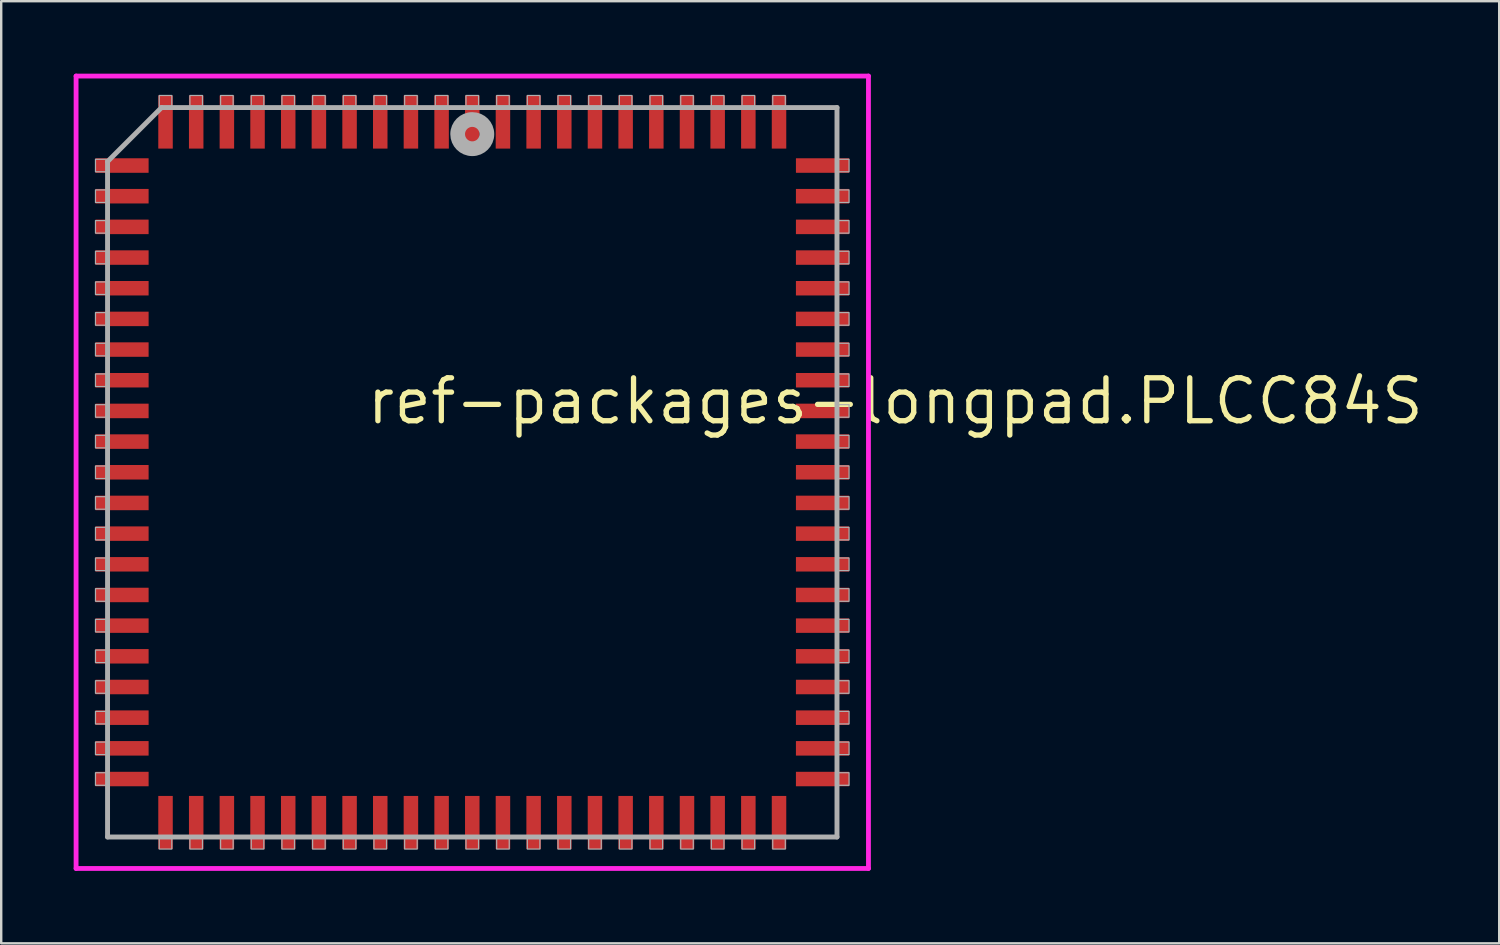
<source format=kicad_pcb>
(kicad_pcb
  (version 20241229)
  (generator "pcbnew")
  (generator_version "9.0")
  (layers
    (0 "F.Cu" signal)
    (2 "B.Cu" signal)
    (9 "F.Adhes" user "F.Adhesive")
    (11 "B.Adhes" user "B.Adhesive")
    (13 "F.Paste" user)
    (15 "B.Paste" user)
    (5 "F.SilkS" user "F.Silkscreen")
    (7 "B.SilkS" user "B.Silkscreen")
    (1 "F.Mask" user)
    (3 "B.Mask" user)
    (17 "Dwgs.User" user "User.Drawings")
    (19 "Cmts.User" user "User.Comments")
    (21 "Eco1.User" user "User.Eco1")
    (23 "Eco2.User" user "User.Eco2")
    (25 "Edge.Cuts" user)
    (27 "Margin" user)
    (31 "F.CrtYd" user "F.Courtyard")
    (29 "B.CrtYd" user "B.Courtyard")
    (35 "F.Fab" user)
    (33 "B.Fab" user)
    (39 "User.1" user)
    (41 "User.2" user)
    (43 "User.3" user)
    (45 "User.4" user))
  (footprint "ref-packages-longpad.PLCC84S"
    (layer "F.Cu")
    (at 16.503 16.503)
    (property "Reference" "ref-packages-longpad.PLCC84S" (at -4.475 -1.905 0) (layer "F.SilkS") (effects (font (size 1.778 1.778) (thickness 0.22)) (justify left bottom)))
    (attr smd)
    (fp_line (start -16.403 -16.403) (end 16.403 -16.403) (stroke (width 0.2) (type default)) (layer "F.CrtYd"))
    (fp_line (start -16.403 16.403) (end -16.403 -16.403) (stroke (width 0.2) (type default)) (layer "F.CrtYd"))
    (fp_line (start 16.403 -16.403) (end 16.403 16.403) (stroke (width 0.2) (type default)) (layer "F.CrtYd"))
    (fp_line (start 16.403 16.403) (end -16.403 16.403) (stroke (width 0.2) (type default)) (layer "F.CrtYd"))
    (fp_line (start -15.1 -12.865) (end -15.1 15.1) (stroke (width 0.203) (type default)) (layer "F.Fab"))
    (fp_line (start -15.1 15.1) (end 15.1 15.1) (stroke (width 0.203) (type default)) (layer "F.Fab"))
    (fp_line (start -12.865 -15.1) (end -15.1 -12.865) (stroke (width 0.203) (type default)) (layer "F.Fab"))
    (fp_line (start 15.1 -15.1) (end -12.865 -15.1) (stroke (width 0.203) (type default)) (layer "F.Fab"))
    (fp_line (start 15.1 15.1) (end 15.1 -15.1) (stroke (width 0.203) (type default)) (layer "F.Fab"))
    (fp_rect (start -15.6 -12.44) (end -15.15 -12.96) (stroke (width 0.05) (type default)) (fill no) (layer "F.Fab"))
    (fp_rect (start -15.6 -11.17) (end -15.15 -11.69) (stroke (width 0.05) (type default)) (fill no) (layer "F.Fab"))
    (fp_rect (start -15.6 -9.9) (end -15.15 -10.42) (stroke (width 0.05) (type default)) (fill no) (layer "F.Fab"))
    (fp_rect (start -15.6 -8.63) (end -15.15 -9.15) (stroke (width 0.05) (type default)) (fill no) (layer "F.Fab"))
    (fp_rect (start -15.6 -7.36) (end -15.15 -7.88) (stroke (width 0.05) (type default)) (fill no) (layer "F.Fab"))
    (fp_rect (start -15.6 -6.09) (end -15.15 -6.61) (stroke (width 0.05) (type default)) (fill no) (layer "F.Fab"))
    (fp_rect (start -15.6 -4.82) (end -15.15 -5.34) (stroke (width 0.05) (type default)) (fill no) (layer "F.Fab"))
    (fp_rect (start -15.6 -3.55) (end -15.15 -4.07) (stroke (width 0.05) (type default)) (fill no) (layer "F.Fab"))
    (fp_rect (start -15.6 -2.28) (end -15.15 -2.8) (stroke (width 0.05) (type default)) (fill no) (layer "F.Fab"))
    (fp_rect (start -15.6 -1.01) (end -15.15 -1.53) (stroke (width 0.05) (type default)) (fill no) (layer "F.Fab"))
    (fp_rect (start -15.6 0.26) (end -15.15 -0.26) (stroke (width 0.05) (type default)) (fill no) (layer "F.Fab"))
    (fp_rect (start -15.6 1.53) (end -15.15 1.01) (stroke (width 0.05) (type default)) (fill no) (layer "F.Fab"))
    (fp_rect (start -15.6 2.8) (end -15.15 2.28) (stroke (width 0.05) (type default)) (fill no) (layer "F.Fab"))
    (fp_rect (start -15.6 4.07) (end -15.15 3.55) (stroke (width 0.05) (type default)) (fill no) (layer "F.Fab"))
    (fp_rect (start -15.6 5.34) (end -15.15 4.82) (stroke (width 0.05) (type default)) (fill no) (layer "F.Fab"))
    (fp_rect (start -15.6 6.61) (end -15.15 6.09) (stroke (width 0.05) (type default)) (fill no) (layer "F.Fab"))
    (fp_rect (start -15.6 7.88) (end -15.15 7.36) (stroke (width 0.05) (type default)) (fill no) (layer "F.Fab"))
    (fp_rect (start -15.6 9.15) (end -15.15 8.63) (stroke (width 0.05) (type default)) (fill no) (layer "F.Fab"))
    (fp_rect (start -15.6 10.42) (end -15.15 9.9) (stroke (width 0.05) (type default)) (fill no) (layer "F.Fab"))
    (fp_rect (start -15.6 11.69) (end -15.15 11.17) (stroke (width 0.05) (type default)) (fill no) (layer "F.Fab"))
    (fp_rect (start -15.6 12.96) (end -15.15 12.44) (stroke (width 0.05) (type default)) (fill no) (layer "F.Fab"))
    (fp_rect (start -12.96 -15.15) (end -12.44 -15.6) (stroke (width 0.05) (type default)) (fill no) (layer "F.Fab"))
    (fp_rect (start -12.96 15.6) (end -12.44 15.15) (stroke (width 0.05) (type default)) (fill no) (layer "F.Fab"))
    (fp_rect (start -11.69 -15.15) (end -11.17 -15.6) (stroke (width 0.05) (type default)) (fill no) (layer "F.Fab"))
    (fp_rect (start -11.69 15.6) (end -11.17 15.15) (stroke (width 0.05) (type default)) (fill no) (layer "F.Fab"))
    (fp_rect (start -10.42 -15.15) (end -9.9 -15.6) (stroke (width 0.05) (type default)) (fill no) (layer "F.Fab"))
    (fp_rect (start -10.42 15.6) (end -9.9 15.15) (stroke (width 0.05) (type default)) (fill no) (layer "F.Fab"))
    (fp_rect (start -9.15 -15.15) (end -8.63 -15.6) (stroke (width 0.05) (type default)) (fill no) (layer "F.Fab"))
    (fp_rect (start -9.15 15.6) (end -8.63 15.15) (stroke (width 0.05) (type default)) (fill no) (layer "F.Fab"))
    (fp_rect (start -7.88 -15.15) (end -7.36 -15.6) (stroke (width 0.05) (type default)) (fill no) (layer "F.Fab"))
    (fp_rect (start -7.88 15.6) (end -7.36 15.15) (stroke (width 0.05) (type default)) (fill no) (layer "F.Fab"))
    (fp_rect (start -6.61 -15.15) (end -6.09 -15.6) (stroke (width 0.05) (type default)) (fill no) (layer "F.Fab"))
    (fp_rect (start -6.61 15.6) (end -6.09 15.15) (stroke (width 0.05) (type default)) (fill no) (layer "F.Fab"))
    (fp_rect (start -5.34 -15.15) (end -4.82 -15.6) (stroke (width 0.05) (type default)) (fill no) (layer "F.Fab"))
    (fp_rect (start -5.34 15.6) (end -4.82 15.15) (stroke (width 0.05) (type default)) (fill no) (layer "F.Fab"))
    (fp_rect (start -4.07 -15.15) (end -3.55 -15.6) (stroke (width 0.05) (type default)) (fill no) (layer "F.Fab"))
    (fp_rect (start -4.07 15.6) (end -3.55 15.15) (stroke (width 0.05) (type default)) (fill no) (layer "F.Fab"))
    (fp_rect (start -2.8 -15.15) (end -2.28 -15.6) (stroke (width 0.05) (type default)) (fill no) (layer "F.Fab"))
    (fp_rect (start -2.8 15.6) (end -2.28 15.15) (stroke (width 0.05) (type default)) (fill no) (layer "F.Fab"))
    (fp_rect (start -1.53 -15.15) (end -1.01 -15.6) (stroke (width 0.05) (type default)) (fill no) (layer "F.Fab"))
    (fp_rect (start -1.53 15.6) (end -1.01 15.15) (stroke (width 0.05) (type default)) (fill no) (layer "F.Fab"))
    (fp_rect (start -0.26 -15.15) (end 0.26 -15.6) (stroke (width 0.05) (type default)) (fill no) (layer "F.Fab"))
    (fp_rect (start -0.26 15.6) (end 0.26 15.15) (stroke (width 0.05) (type default)) (fill no) (layer "F.Fab"))
    (fp_rect (start 1.01 -15.15) (end 1.53 -15.6) (stroke (width 0.05) (type default)) (fill no) (layer "F.Fab"))
    (fp_rect (start 1.01 15.6) (end 1.53 15.15) (stroke (width 0.05) (type default)) (fill no) (layer "F.Fab"))
    (fp_rect (start 2.28 -15.15) (end 2.8 -15.6) (stroke (width 0.05) (type default)) (fill no) (layer "F.Fab"))
    (fp_rect (start 2.28 15.6) (end 2.8 15.15) (stroke (width 0.05) (type default)) (fill no) (layer "F.Fab"))
    (fp_rect (start 3.55 -15.15) (end 4.07 -15.6) (stroke (width 0.05) (type default)) (fill no) (layer "F.Fab"))
    (fp_rect (start 3.55 15.6) (end 4.07 15.15) (stroke (width 0.05) (type default)) (fill no) (layer "F.Fab"))
    (fp_rect (start 4.82 -15.15) (end 5.34 -15.6) (stroke (width 0.05) (type default)) (fill no) (layer "F.Fab"))
    (fp_rect (start 4.82 15.6) (end 5.34 15.15) (stroke (width 0.05) (type default)) (fill no) (layer "F.Fab"))
    (fp_rect (start 6.09 -15.15) (end 6.61 -15.6) (stroke (width 0.05) (type default)) (fill no) (layer "F.Fab"))
    (fp_rect (start 6.09 15.6) (end 6.61 15.15) (stroke (width 0.05) (type default)) (fill no) (layer "F.Fab"))
    (fp_rect (start 7.36 -15.15) (end 7.88 -15.6) (stroke (width 0.05) (type default)) (fill no) (layer "F.Fab"))
    (fp_rect (start 7.36 15.6) (end 7.88 15.15) (stroke (width 0.05) (type default)) (fill no) (layer "F.Fab"))
    (fp_rect (start 8.63 -15.15) (end 9.15 -15.6) (stroke (width 0.05) (type default)) (fill no) (layer "F.Fab"))
    (fp_rect (start 8.63 15.6) (end 9.15 15.15) (stroke (width 0.05) (type default)) (fill no) (layer "F.Fab"))
    (fp_rect (start 9.9 -15.15) (end 10.42 -15.6) (stroke (width 0.05) (type default)) (fill no) (layer "F.Fab"))
    (fp_rect (start 9.9 15.6) (end 10.42 15.15) (stroke (width 0.05) (type default)) (fill no) (layer "F.Fab"))
    (fp_rect (start 11.17 -15.15) (end 11.69 -15.6) (stroke (width 0.05) (type default)) (fill no) (layer "F.Fab"))
    (fp_rect (start 11.17 15.6) (end 11.69 15.15) (stroke (width 0.05) (type default)) (fill no) (layer "F.Fab"))
    (fp_rect (start 12.44 -15.15) (end 12.96 -15.6) (stroke (width 0.05) (type default)) (fill no) (layer "F.Fab"))
    (fp_rect (start 12.44 15.6) (end 12.96 15.15) (stroke (width 0.05) (type default)) (fill no) (layer "F.Fab"))
    (fp_rect (start 15.15 -12.44) (end 15.6 -12.96) (stroke (width 0.05) (type default)) (fill no) (layer "F.Fab"))
    (fp_rect (start 15.15 -11.17) (end 15.6 -11.69) (stroke (width 0.05) (type default)) (fill no) (layer "F.Fab"))
    (fp_rect (start 15.15 -9.9) (end 15.6 -10.42) (stroke (width 0.05) (type default)) (fill no) (layer "F.Fab"))
    (fp_rect (start 15.15 -8.63) (end 15.6 -9.15) (stroke (width 0.05) (type default)) (fill no) (layer "F.Fab"))
    (fp_rect (start 15.15 -7.36) (end 15.6 -7.88) (stroke (width 0.05) (type default)) (fill no) (layer "F.Fab"))
    (fp_rect (start 15.15 -6.09) (end 15.6 -6.61) (stroke (width 0.05) (type default)) (fill no) (layer "F.Fab"))
    (fp_rect (start 15.15 -4.82) (end 15.6 -5.34) (stroke (width 0.05) (type default)) (fill no) (layer "F.Fab"))
    (fp_rect (start 15.15 -3.55) (end 15.6 -4.07) (stroke (width 0.05) (type default)) (fill no) (layer "F.Fab"))
    (fp_rect (start 15.15 -2.28) (end 15.6 -2.8) (stroke (width 0.05) (type default)) (fill no) (layer "F.Fab"))
    (fp_rect (start 15.15 -1.01) (end 15.6 -1.53) (stroke (width 0.05) (type default)) (fill no) (layer "F.Fab"))
    (fp_rect (start 15.15 0.26) (end 15.6 -0.26) (stroke (width 0.05) (type default)) (fill no) (layer "F.Fab"))
    (fp_rect (start 15.15 1.53) (end 15.6 1.01) (stroke (width 0.05) (type default)) (fill no) (layer "F.Fab"))
    (fp_rect (start 15.15 2.8) (end 15.6 2.28) (stroke (width 0.05) (type default)) (fill no) (layer "F.Fab"))
    (fp_rect (start 15.15 4.07) (end 15.6 3.55) (stroke (width 0.05) (type default)) (fill no) (layer "F.Fab"))
    (fp_rect (start 15.15 5.34) (end 15.6 4.82) (stroke (width 0.05) (type default)) (fill no) (layer "F.Fab"))
    (fp_rect (start 15.15 6.61) (end 15.6 6.09) (stroke (width 0.05) (type default)) (fill no) (layer "F.Fab"))
    (fp_rect (start 15.15 7.88) (end 15.6 7.36) (stroke (width 0.05) (type default)) (fill no) (layer "F.Fab"))
    (fp_rect (start 15.15 9.15) (end 15.6 8.63) (stroke (width 0.05) (type default)) (fill no) (layer "F.Fab"))
    (fp_rect (start 15.15 10.42) (end 15.6 9.9) (stroke (width 0.05) (type default)) (fill no) (layer "F.Fab"))
    (fp_rect (start 15.15 11.69) (end 15.6 11.17) (stroke (width 0.05) (type default)) (fill no) (layer "F.Fab"))
    (fp_rect (start 15.15 12.96) (end 15.6 12.44) (stroke (width 0.05) (type default)) (fill no) (layer "F.Fab"))
    (fp_circle (center 0 -14) (end 0.3 -14) (stroke (width 0.61) (type default)) (fill no) (layer "F.Fab"))
    (pad "1" smd roundrect (at 0 -14.5) (size 0.6 2.2) (layers "F.Cu" "F.Mask" "F.Paste") (roundrect_rratio 0.01))
    (pad "2" smd roundrect (at -1.27 -14.5) (size 0.6 2.2) (layers "F.Cu" "F.Mask" "F.Paste") (roundrect_rratio 0.01))
    (pad "3" smd roundrect (at -2.54 -14.5) (size 0.6 2.2) (layers "F.Cu" "F.Mask" "F.Paste") (roundrect_rratio 0.01))
    (pad "4" smd roundrect (at -3.81 -14.5) (size 0.6 2.2) (layers "F.Cu" "F.Mask" "F.Paste") (roundrect_rratio 0.01))
    (pad "5" smd roundrect (at -5.08 -14.5) (size 0.6 2.2) (layers "F.Cu" "F.Mask" "F.Paste") (roundrect_rratio 0.01))
    (pad "6" smd roundrect (at -6.35 -14.5) (size 0.6 2.2) (layers "F.Cu" "F.Mask" "F.Paste") (roundrect_rratio 0.01))
    (pad "7" smd roundrect (at -7.62 -14.5) (size 0.6 2.2) (layers "F.Cu" "F.Mask" "F.Paste") (roundrect_rratio 0.01))
    (pad "8" smd roundrect (at -8.89 -14.5) (size 0.6 2.2) (layers "F.Cu" "F.Mask" "F.Paste") (roundrect_rratio 0.01))
    (pad "9" smd roundrect (at -10.16 -14.5) (size 0.6 2.2) (layers "F.Cu" "F.Mask" "F.Paste") (roundrect_rratio 0.01))
    (pad "10" smd roundrect (at -11.43 -14.5) (size 0.6 2.2) (layers "F.Cu" "F.Mask" "F.Paste") (roundrect_rratio 0.01))
    (pad "11" smd roundrect (at -12.7 -14.5) (size 0.6 2.2) (layers "F.Cu" "F.Mask" "F.Paste") (roundrect_rratio 0.01))
    (pad "12" smd roundrect (at -14.5 -12.7) (size 2.2 0.6) (layers "F.Cu" "F.Mask" "F.Paste") (roundrect_rratio 0.01))
    (pad "13" smd roundrect (at -14.5 -11.43) (size 2.2 0.6) (layers "F.Cu" "F.Mask" "F.Paste") (roundrect_rratio 0.01))
    (pad "14" smd roundrect (at -14.5 -10.16) (size 2.2 0.6) (layers "F.Cu" "F.Mask" "F.Paste") (roundrect_rratio 0.01))
    (pad "15" smd roundrect (at -14.5 -8.89) (size 2.2 0.6) (layers "F.Cu" "F.Mask" "F.Paste") (roundrect_rratio 0.01))
    (pad "16" smd roundrect (at -14.5 -7.62) (size 2.2 0.6) (layers "F.Cu" "F.Mask" "F.Paste") (roundrect_rratio 0.01))
    (pad "17" smd roundrect (at -14.5 -6.35) (size 2.2 0.6) (layers "F.Cu" "F.Mask" "F.Paste") (roundrect_rratio 0.01))
    (pad "18" smd roundrect (at -14.5 -5.08) (size 2.2 0.6) (layers "F.Cu" "F.Mask" "F.Paste") (roundrect_rratio 0.01))
    (pad "19" smd roundrect (at -14.5 -3.81) (size 2.2 0.6) (layers "F.Cu" "F.Mask" "F.Paste") (roundrect_rratio 0.01))
    (pad "20" smd roundrect (at -14.5 -2.54) (size 2.2 0.6) (layers "F.Cu" "F.Mask" "F.Paste") (roundrect_rratio 0.01))
    (pad "21" smd roundrect (at -14.5 -1.27) (size 2.2 0.6) (layers "F.Cu" "F.Mask" "F.Paste") (roundrect_rratio 0.01))
    (pad "22" smd roundrect (at -14.5 0) (size 2.2 0.6) (layers "F.Cu" "F.Mask" "F.Paste") (roundrect_rratio 0.01))
    (pad "23" smd roundrect (at -14.5 1.27) (size 2.2 0.6) (layers "F.Cu" "F.Mask" "F.Paste") (roundrect_rratio 0.01))
    (pad "24" smd roundrect (at -14.5 2.54) (size 2.2 0.6) (layers "F.Cu" "F.Mask" "F.Paste") (roundrect_rratio 0.01))
    (pad "25" smd roundrect (at -14.5 3.81) (size 2.2 0.6) (layers "F.Cu" "F.Mask" "F.Paste") (roundrect_rratio 0.01))
    (pad "26" smd roundrect (at -14.5 5.08) (size 2.2 0.6) (layers "F.Cu" "F.Mask" "F.Paste") (roundrect_rratio 0.01))
    (pad "27" smd roundrect (at -14.5 6.35) (size 2.2 0.6) (layers "F.Cu" "F.Mask" "F.Paste") (roundrect_rratio 0.01))
    (pad "28" smd roundrect (at -14.5 7.62) (size 2.2 0.6) (layers "F.Cu" "F.Mask" "F.Paste") (roundrect_rratio 0.01))
    (pad "29" smd roundrect (at -14.5 8.89) (size 2.2 0.6) (layers "F.Cu" "F.Mask" "F.Paste") (roundrect_rratio 0.01))
    (pad "30" smd roundrect (at -14.5 10.16) (size 2.2 0.6) (layers "F.Cu" "F.Mask" "F.Paste") (roundrect_rratio 0.01))
    (pad "31" smd roundrect (at -14.5 11.43) (size 2.2 0.6) (layers "F.Cu" "F.Mask" "F.Paste") (roundrect_rratio 0.01))
    (pad "32" smd roundrect (at -14.5 12.7) (size 2.2 0.6) (layers "F.Cu" "F.Mask" "F.Paste") (roundrect_rratio 0.01))
    (pad "33" smd roundrect (at -12.7 14.5) (size 0.6 2.2) (layers "F.Cu" "F.Mask" "F.Paste") (roundrect_rratio 0.01))
    (pad "34" smd roundrect (at -11.43 14.5) (size 0.6 2.2) (layers "F.Cu" "F.Mask" "F.Paste") (roundrect_rratio 0.01))
    (pad "35" smd roundrect (at -10.16 14.5) (size 0.6 2.2) (layers "F.Cu" "F.Mask" "F.Paste") (roundrect_rratio 0.01))
    (pad "36" smd roundrect (at -8.89 14.5) (size 0.6 2.2) (layers "F.Cu" "F.Mask" "F.Paste") (roundrect_rratio 0.01))
    (pad "37" smd roundrect (at -7.62 14.5) (size 0.6 2.2) (layers "F.Cu" "F.Mask" "F.Paste") (roundrect_rratio 0.01))
    (pad "38" smd roundrect (at -6.35 14.5) (size 0.6 2.2) (layers "F.Cu" "F.Mask" "F.Paste") (roundrect_rratio 0.01))
    (pad "39" smd roundrect (at -5.08 14.5) (size 0.6 2.2) (layers "F.Cu" "F.Mask" "F.Paste") (roundrect_rratio 0.01))
    (pad "40" smd roundrect (at -3.81 14.5) (size 0.6 2.2) (layers "F.Cu" "F.Mask" "F.Paste") (roundrect_rratio 0.01))
    (pad "41" smd roundrect (at -2.54 14.5) (size 0.6 2.2) (layers "F.Cu" "F.Mask" "F.Paste") (roundrect_rratio 0.01))
    (pad "42" smd roundrect (at -1.27 14.5) (size 0.6 2.2) (layers "F.Cu" "F.Mask" "F.Paste") (roundrect_rratio 0.01))
    (pad "43" smd roundrect (at 0 14.5) (size 0.6 2.2) (layers "F.Cu" "F.Mask" "F.Paste") (roundrect_rratio 0.01))
    (pad "44" smd roundrect (at 1.27 14.5) (size 0.6 2.2) (layers "F.Cu" "F.Mask" "F.Paste") (roundrect_rratio 0.01))
    (pad "45" smd roundrect (at 2.54 14.5) (size 0.6 2.2) (layers "F.Cu" "F.Mask" "F.Paste") (roundrect_rratio 0.01))
    (pad "46" smd roundrect (at 3.81 14.5) (size 0.6 2.2) (layers "F.Cu" "F.Mask" "F.Paste") (roundrect_rratio 0.01))
    (pad "47" smd roundrect (at 5.08 14.5) (size 0.6 2.2) (layers "F.Cu" "F.Mask" "F.Paste") (roundrect_rratio 0.01))
    (pad "48" smd roundrect (at 6.35 14.5) (size 0.6 2.2) (layers "F.Cu" "F.Mask" "F.Paste") (roundrect_rratio 0.01))
    (pad "49" smd roundrect (at 7.62 14.5) (size 0.6 2.2) (layers "F.Cu" "F.Mask" "F.Paste") (roundrect_rratio 0.01))
    (pad "50" smd roundrect (at 8.89 14.5) (size 0.6 2.2) (layers "F.Cu" "F.Mask" "F.Paste") (roundrect_rratio 0.01))
    (pad "51" smd roundrect (at 10.16 14.5) (size 0.6 2.2) (layers "F.Cu" "F.Mask" "F.Paste") (roundrect_rratio 0.01))
    (pad "52" smd roundrect (at 11.43 14.5) (size 0.6 2.2) (layers "F.Cu" "F.Mask" "F.Paste") (roundrect_rratio 0.01))
    (pad "53" smd roundrect (at 12.7 14.5) (size 0.6 2.2) (layers "F.Cu" "F.Mask" "F.Paste") (roundrect_rratio 0.01))
    (pad "54" smd roundrect (at 14.5 12.7) (size 2.2 0.6) (layers "F.Cu" "F.Mask" "F.Paste") (roundrect_rratio 0.01))
    (pad "55" smd roundrect (at 14.5 11.43) (size 2.2 0.6) (layers "F.Cu" "F.Mask" "F.Paste") (roundrect_rratio 0.01))
    (pad "56" smd roundrect (at 14.5 10.16) (size 2.2 0.6) (layers "F.Cu" "F.Mask" "F.Paste") (roundrect_rratio 0.01))
    (pad "57" smd roundrect (at 14.5 8.89) (size 2.2 0.6) (layers "F.Cu" "F.Mask" "F.Paste") (roundrect_rratio 0.01))
    (pad "58" smd roundrect (at 14.5 7.62) (size 2.2 0.6) (layers "F.Cu" "F.Mask" "F.Paste") (roundrect_rratio 0.01))
    (pad "59" smd roundrect (at 14.5 6.35) (size 2.2 0.6) (layers "F.Cu" "F.Mask" "F.Paste") (roundrect_rratio 0.01))
    (pad "60" smd roundrect (at 14.5 5.08) (size 2.2 0.6) (layers "F.Cu" "F.Mask" "F.Paste") (roundrect_rratio 0.01))
    (pad "61" smd roundrect (at 14.5 3.81) (size 2.2 0.6) (layers "F.Cu" "F.Mask" "F.Paste") (roundrect_rratio 0.01))
    (pad "62" smd roundrect (at 14.5 2.54) (size 2.2 0.6) (layers "F.Cu" "F.Mask" "F.Paste") (roundrect_rratio 0.01))
    (pad "63" smd roundrect (at 14.5 1.27) (size 2.2 0.6) (layers "F.Cu" "F.Mask" "F.Paste") (roundrect_rratio 0.01))
    (pad "64" smd roundrect (at 14.5 0) (size 2.2 0.6) (layers "F.Cu" "F.Mask" "F.Paste") (roundrect_rratio 0.01))
    (pad "65" smd roundrect (at 14.5 -1.27) (size 2.2 0.6) (layers "F.Cu" "F.Mask" "F.Paste") (roundrect_rratio 0.01))
    (pad "66" smd roundrect (at 14.5 -2.54) (size 2.2 0.6) (layers "F.Cu" "F.Mask" "F.Paste") (roundrect_rratio 0.01))
    (pad "67" smd roundrect (at 14.5 -3.81) (size 2.2 0.6) (layers "F.Cu" "F.Mask" "F.Paste") (roundrect_rratio 0.01))
    (pad "68" smd roundrect (at 14.5 -5.08) (size 2.2 0.6) (layers "F.Cu" "F.Mask" "F.Paste") (roundrect_rratio 0.01))
    (pad "69" smd roundrect (at 14.5 -6.35) (size 2.2 0.6) (layers "F.Cu" "F.Mask" "F.Paste") (roundrect_rratio 0.01))
    (pad "70" smd roundrect (at 14.5 -7.62) (size 2.2 0.6) (layers "F.Cu" "F.Mask" "F.Paste") (roundrect_rratio 0.01))
    (pad "71" smd roundrect (at 14.5 -8.89) (size 2.2 0.6) (layers "F.Cu" "F.Mask" "F.Paste") (roundrect_rratio 0.01))
    (pad "72" smd roundrect (at 14.5 -10.16) (size 2.2 0.6) (layers "F.Cu" "F.Mask" "F.Paste") (roundrect_rratio 0.01))
    (pad "73" smd roundrect (at 14.5 -11.43) (size 2.2 0.6) (layers "F.Cu" "F.Mask" "F.Paste") (roundrect_rratio 0.01))
    (pad "74" smd roundrect (at 14.5 -12.7) (size 2.2 0.6) (layers "F.Cu" "F.Mask" "F.Paste") (roundrect_rratio 0.01))
    (pad "75" smd roundrect (at 12.7 -14.5) (size 0.6 2.2) (layers "F.Cu" "F.Mask" "F.Paste") (roundrect_rratio 0.01))
    (pad "76" smd roundrect (at 11.43 -14.5) (size 0.6 2.2) (layers "F.Cu" "F.Mask" "F.Paste") (roundrect_rratio 0.01))
    (pad "77" smd roundrect (at 10.16 -14.5) (size 0.6 2.2) (layers "F.Cu" "F.Mask" "F.Paste") (roundrect_rratio 0.01))
    (pad "78" smd roundrect (at 8.89 -14.5) (size 0.6 2.2) (layers "F.Cu" "F.Mask" "F.Paste") (roundrect_rratio 0.01))
    (pad "79" smd roundrect (at 7.62 -14.5) (size 0.6 2.2) (layers "F.Cu" "F.Mask" "F.Paste") (roundrect_rratio 0.01))
    (pad "80" smd roundrect (at 6.35 -14.5) (size 0.6 2.2) (layers "F.Cu" "F.Mask" "F.Paste") (roundrect_rratio 0.01))
    (pad "81" smd roundrect (at 5.08 -14.5) (size 0.6 2.2) (layers "F.Cu" "F.Mask" "F.Paste") (roundrect_rratio 0.01))
    (pad "82" smd roundrect (at 3.81 -14.5) (size 0.6 2.2) (layers "F.Cu" "F.Mask" "F.Paste") (roundrect_rratio 0.01))
    (pad "83" smd roundrect (at 2.54 -14.5) (size 0.6 2.2) (layers "F.Cu" "F.Mask" "F.Paste") (roundrect_rratio 0.01))
    (pad "84" smd roundrect (at 1.27 -14.5) (size 0.6 2.2) (layers "F.Cu" "F.Mask" "F.Paste") (roundrect_rratio 0.01)))
  (gr_rect
    (start -3 -3)
    (end 59.02 36.006)
    (stroke (width 0.1) (type default))
    (fill no)
    (layer "Edge.Cuts")))
</source>
